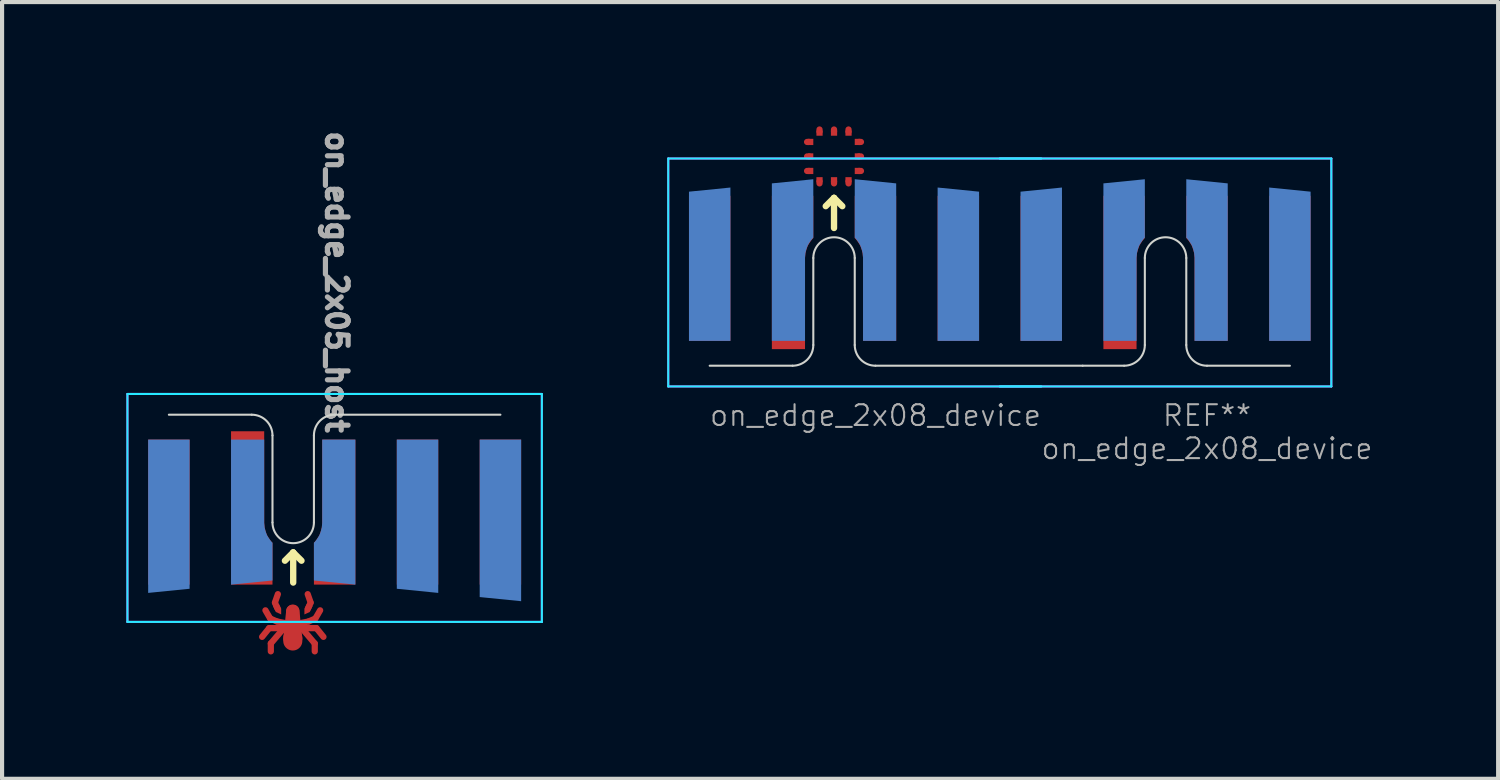
<source format=kicad_pcb>
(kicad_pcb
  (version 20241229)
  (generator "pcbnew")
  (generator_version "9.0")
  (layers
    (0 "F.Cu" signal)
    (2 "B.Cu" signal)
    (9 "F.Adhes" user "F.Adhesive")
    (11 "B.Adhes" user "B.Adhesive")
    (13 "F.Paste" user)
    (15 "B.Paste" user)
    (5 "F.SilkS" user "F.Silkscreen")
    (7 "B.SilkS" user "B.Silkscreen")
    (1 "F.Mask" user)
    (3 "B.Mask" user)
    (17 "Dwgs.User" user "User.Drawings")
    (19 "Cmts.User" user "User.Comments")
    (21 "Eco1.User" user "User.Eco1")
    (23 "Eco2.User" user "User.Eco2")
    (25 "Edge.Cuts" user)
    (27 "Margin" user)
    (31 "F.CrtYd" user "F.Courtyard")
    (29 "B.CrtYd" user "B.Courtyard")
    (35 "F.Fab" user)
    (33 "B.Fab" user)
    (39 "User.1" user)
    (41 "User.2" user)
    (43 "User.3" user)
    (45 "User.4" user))
  (footprint "on_edge_2x08_device"
    (layer "F.Cu")
    (at 18.075 5.775)
    (property "Reference" "on_edge_2x08_device" (at 0 1.2 0) (unlocked yes) (layer "F.Fab") (effects (font (size 0.5 0.5) (thickness 0.05))))
    (attr exclude_from_pos_files exclude_from_bom)
    (fp_line (start -1.6 -5.4) (end -1.65 -5.4) (stroke (width 0.15) (type solid)) (layer "F.Cu"))
    (fp_line (start -1.6 -5.05) (end -1.65 -5.05) (stroke (width 0.15) (type solid)) (layer "F.Cu"))
    (fp_line (start -1.6 -4.7) (end -1.65 -4.7) (stroke (width 0.15) (type solid)) (layer "F.Cu"))
    (fp_line (start -1.35 -5.65) (end -1.35 -5.7) (stroke (width 0.15) (type solid)) (layer "F.Cu"))
    (fp_line (start -1.35 -4.45) (end -1.35 -4.4) (stroke (width 0.15) (type solid)) (layer "F.Cu"))
    (fp_line (start -1 -5.65) (end -1 -5.7) (stroke (width 0.15) (type solid)) (layer "F.Cu"))
    (fp_line (start -1 -4.45) (end -1 -4.4) (stroke (width 0.15) (type solid)) (layer "F.Cu"))
    (fp_line (start -0.65 -5.65) (end -0.65 -5.7) (stroke (width 0.15) (type solid)) (layer "F.Cu"))
    (fp_line (start -0.65 -4.45) (end -0.65 -4.4) (stroke (width 0.15) (type solid)) (layer "F.Cu"))
    (fp_line (start -0.4 -5.4) (end -0.35 -5.4) (stroke (width 0.15) (type solid)) (layer "F.Cu"))
    (fp_line (start -0.4 -5.05) (end -0.35 -5.05) (stroke (width 0.15) (type solid)) (layer "F.Cu"))
    (fp_line (start -0.4 -4.7) (end -0.35 -4.7) (stroke (width 0.15) (type solid)) (layer "F.Cu"))
    (fp_poly (pts (xy -1.5 -5.475) (xy -1.5 -5.325) (xy -1.625 -5.325) (xy -1.625 -5.475)) (stroke (width 0) (type solid)) (fill yes) (layer "F.Cu"))
    (fp_poly (pts (xy -1.5 -5.125) (xy -1.5 -4.975) (xy -1.625 -4.975) (xy -1.625 -5.125)) (stroke (width 0) (type solid)) (fill yes) (layer "F.Cu"))
    (fp_poly (pts (xy -1.5 -4.775) (xy -1.5 -4.625) (xy -1.625 -4.625) (xy -1.625 -4.775)) (stroke (width 0) (type solid)) (fill yes) (layer "F.Cu"))
    (fp_poly (pts (xy -1.425 -4.55) (xy -1.275 -4.55) (xy -1.275 -4.425) (xy -1.425 -4.425)) (stroke (width 0) (type solid)) (fill yes) (layer "F.Cu"))
    (fp_poly (pts (xy -1.275 -5.55) (xy -1.425 -5.55) (xy -1.425 -5.675) (xy -1.275 -5.675)) (stroke (width 0) (type solid)) (fill yes) (layer "F.Cu"))
    (fp_poly (pts (xy -1.075 -4.55) (xy -0.925 -4.55) (xy -0.925 -4.425) (xy -1.075 -4.425)) (stroke (width 0) (type solid)) (fill yes) (layer "F.Cu"))
    (fp_poly (pts (xy -0.925 -5.55) (xy -1.075 -5.55) (xy -1.075 -5.675) (xy -0.925 -5.675)) (stroke (width 0) (type solid)) (fill yes) (layer "F.Cu"))
    (fp_poly (pts (xy -0.725 -4.55) (xy -0.575 -4.55) (xy -0.575 -4.425) (xy -0.725 -4.425)) (stroke (width 0) (type solid)) (fill yes) (layer "F.Cu"))
    (fp_poly (pts (xy -0.575 -5.55) (xy -0.725 -5.55) (xy -0.725 -5.675) (xy -0.575 -5.675)) (stroke (width 0) (type solid)) (fill yes) (layer "F.Cu"))
    (fp_poly (pts (xy -0.5 -5.325) (xy -0.5 -5.475) (xy -0.375 -5.475) (xy -0.375 -5.325)) (stroke (width 0) (type solid)) (fill yes) (layer "F.Cu"))
    (fp_poly (pts (xy -0.5 -4.975) (xy -0.5 -5.125) (xy -0.375 -5.125) (xy -0.375 -4.975)) (stroke (width 0) (type solid)) (fill yes) (layer "F.Cu"))
    (fp_poly (pts (xy -0.5 -4.625) (xy -0.5 -4.775) (xy -0.375 -4.775) (xy -0.375 -4.625)) (stroke (width 0) (type solid)) (fill yes) (layer "F.Cu"))
    (fp_line (start -1.5 -5.4) (end -1.65 -5.4) (stroke (width 0.15) (type solid)) (layer "F.Mask"))
    (fp_line (start -1.5 -5.05) (end -1.65 -5.05) (stroke (width 0.15) (type solid)) (layer "F.Mask"))
    (fp_line (start -1.5 -4.7) (end -1.65 -4.7) (stroke (width 0.15) (type solid)) (layer "F.Mask"))
    (fp_line (start -1.35 -5.55) (end -1.35 -5.7) (stroke (width 0.15) (type solid)) (layer "F.Mask"))
    (fp_line (start -1.35 -4.55) (end -1.35 -4.4) (stroke (width 0.15) (type solid)) (layer "F.Mask"))
    (fp_line (start -1 -5.55) (end -1 -5.7) (stroke (width 0.15) (type solid)) (layer "F.Mask"))
    (fp_line (start -1 -4.55) (end -1 -4.4) (stroke (width 0.15) (type solid)) (layer "F.Mask"))
    (fp_line (start -0.65 -5.55) (end -0.65 -5.7) (stroke (width 0.15) (type solid)) (layer "F.Mask"))
    (fp_line (start -0.65 -4.55) (end -0.65 -4.4) (stroke (width 0.15) (type solid)) (layer "F.Mask"))
    (fp_line (start -0.5 -5.4) (end -0.35 -5.4) (stroke (width 0.15) (type solid)) (layer "F.Mask"))
    (fp_line (start -0.5 -5.05) (end -0.35 -5.05) (stroke (width 0.15) (type solid)) (layer "F.Mask"))
    (fp_line (start -0.5 -4.7) (end -0.35 -4.7) (stroke (width 0.15) (type solid)) (layer "F.Mask"))
    (fp_poly (pts (xy -0.55 -4.6) (xy -1.45 -4.6) (xy -1.45 -5.5) (xy -0.55 -5.5)) (stroke (width 0.1) (type solid)) (fill yes) (layer "F.Mask"))
    (fp_line (start -1.2 -3.85) (end -1 -4.05) (stroke (width 0.153) (type solid)) (layer "F.SilkS"))
    (fp_line (start -1 -4.05) (end -1 -3.323) (stroke (width 0.153) (type solid)) (layer "F.SilkS"))
    (fp_line (start -1 -4.05) (end -0.8 -3.85) (stroke (width 0.153) (type solid)) (layer "F.SilkS"))
    (fp_line (start -4 0) (end -2 0) (stroke (width 0.05) (type solid)) (layer "Edge.Cuts"))
    (fp_line (start -1.5 -2.6) (end -1.5 -0.5) (stroke (width 0.05) (type solid)) (layer "Edge.Cuts"))
    (fp_line (start -0.5 -0.5) (end -0.5 -2.6) (stroke (width 0.05) (type solid)) (layer "Edge.Cuts"))
    (fp_line (start 0 0) (end 5 0) (stroke (width 0.05) (type solid)) (layer "Edge.Cuts"))
    (fp_line (start 5 0) (end 6 0) (stroke (width 0.05) (type solid)) (layer "Edge.Cuts"))
    (fp_line (start 6.5 -2.6) (end 6.5 -0.5) (stroke (width 0.05) (type solid)) (layer "Edge.Cuts"))
    (fp_line (start 7.5 -0.5) (end 7.5 -2.6) (stroke (width 0.05) (type solid)) (layer "Edge.Cuts"))
    (fp_line (start 8 0) (end 10 0) (stroke (width 0.05) (type solid)) (layer "Edge.Cuts"))
    (fp_arc (start -1.5 -2.6) (mid -1 -3.1) (end -0.5 -2.6) (stroke (width 0.05) (type solid)) (layer "Edge.Cuts"))
    (fp_arc (start -1.5 -0.5) (mid -1.646447 -0.146447) (end -2 0) (stroke (width 0.05) (type solid)) (layer "Edge.Cuts"))
    (fp_arc (start 0 0) (mid -0.353553 -0.146447) (end -0.5 -0.5) (stroke (width 0.05) (type solid)) (layer "Edge.Cuts"))
    (fp_arc (start 6.5 -2.6) (mid 7 -3.1) (end 7.5 -2.6) (stroke (width 0.05) (type solid)) (layer "Edge.Cuts"))
    (fp_arc (start 6.5 -0.5) (mid 6.353553 -0.146447) (end 6 0) (stroke (width 0.05) (type solid)) (layer "Edge.Cuts"))
    (fp_arc (start 8 0) (mid 7.646447 -0.146447) (end 7.5 -0.5) (stroke (width 0.05) (type solid)) (layer "Edge.Cuts"))
    (fp_line (start -5 -5) (end -5 0.5) (stroke (width 0.05) (type solid)) (layer "B.CrtYd"))
    (fp_line (start -5 0.5) (end 4 0.5) (stroke (width 0.05) (type solid)) (layer "B.CrtYd"))
    (fp_line (start 3 0.5) (end 11 0.5) (stroke (width 0.05) (type solid)) (layer "B.CrtYd"))
    (fp_line (start 4 -5) (end -5 -5) (stroke (width 0.05) (type solid)) (layer "B.CrtYd"))
    (fp_line (start 11 -5) (end 3 -5) (stroke (width 0.05) (type solid)) (layer "B.CrtYd"))
    (fp_line (start 11 0.5) (end 11 -5) (stroke (width 0.05) (type solid)) (layer "B.CrtYd"))
    (fp_line (start -5 -5) (end 4 -5) (stroke (width 0.05) (type solid)) (layer "F.CrtYd"))
    (fp_line (start -5 0.5) (end -5 -5) (stroke (width 0.05) (type solid)) (layer "F.CrtYd"))
    (fp_line (start 3 -5) (end 11 -5) (stroke (width 0.05) (type solid)) (layer "F.CrtYd"))
    (fp_line (start 4 0.5) (end -5 0.5) (stroke (width 0.05) (type solid)) (layer "F.CrtYd"))
    (fp_line (start 11 -5) (end 11 0.5) (stroke (width 0.05) (type solid)) (layer "F.CrtYd"))
    (fp_line (start 11 0.5) (end 3 0.5) (stroke (width 0.05) (type solid)) (layer "F.CrtYd"))
    (fp_text user "on_edge_2x08_device" (at 8 2 0) (unlocked yes) (layer "F.Fab") (effects (font (size 0.5 0.5) (thickness 0.05))))
    (fp_text user "REF**" (at 8 1.2 0) (unlocked yes) (layer "F.Fab") (effects (font (size 0.5 0.5) (thickness 0.05))))
    (pad "1" smd custom (at -2 -3.6) (size 1 1) (layers "F.Cu" "F.Mask") (options (anchor rect)) (primitives (gr_poly (pts (xy 0.3 1) (xy 0.31 0.89) (xy 0.33 0.81) (xy 0.35 0.75) (xy 0.37 0.7) (xy 0.4 0.65) (xy 0.44 0.59) (xy 0.48 0.54) (xy 0.5 0.52) (xy 0.5 -0.5) (xy -0.5 -0.5) (xy -0.5 3.2) (xy 0.3 3.2)) (width 0) (fill yes))))
    (pad "2" smd custom (at 0 -3.6) (size 1 1) (layers "F.Cu" "F.Mask") (options (anchor rect)) (primitives (gr_poly (pts (xy -0.3 1) (xy -0.31 0.89) (xy -0.33 0.81) (xy -0.35 0.75) (xy -0.37 0.7) (xy -0.4 0.65) (xy -0.44 0.59) (xy -0.48 0.54) (xy -0.5 0.52) (xy -0.5 -0.5) (xy 0.5 -0.5) (xy 0.5 3) (xy -0.3 3)) (width 0) (fill yes))))
    (pad "3" smd custom (at -2 -2.1) (size 0.4 0.4) (layers "B.Cu" "B.Mask") (options (anchor rect)) (primitives (gr_poly (pts (xy 0.3 -0.51) (xy 0.31 -0.62) (xy 0.33 -0.7) (xy 0.35 -0.76) (xy 0.37 -0.81) (xy 0.4 -0.86) (xy 0.44 -0.92) (xy 0.48 -0.97) (xy 0.5 -0.99) (xy 0.5 -2.4) (xy -0.5 -2.3) (xy -0.5 1.5) (xy 0.3 1.5)) (width 0) (fill yes))))
    (pad "4" smd custom (at 0 -2.1) (size 0.4 0.4) (layers "B.Cu" "B.Mask") (options (anchor rect)) (primitives (gr_poly (pts (xy -0.3 -0.51) (xy -0.31 -0.62) (xy -0.33 -0.7) (xy -0.35 -0.76) (xy -0.37 -0.81) (xy -0.4 -0.86) (xy -0.44 -0.92) (xy -0.48 -0.97) (xy -0.5 -0.99) (xy -0.5 -2.4) (xy 0.5 -2.3) (xy 0.5 1.5) (xy -0.3 1.5)) (width 0) (fill yes))))
    (pad "5" smd rect (at 2 -2.35 180) (size 1 3.5) (layers "F.Cu" "F.Mask"))
    (pad "5" smd rect (at 10 -2.35 180) (size 1 3.5) (layers "F.Cu" "F.Mask"))
    (pad "6" smd custom (at 2 -2.4) (size 1 3.6) (layers "B.Cu" "B.Mask") (options (anchor rect)) (primitives (gr_poly (pts (xy -0.5 -1.8) (xy -0.5 -1.9) (xy 0.5 -1.8)) (width 0) (fill yes))))
    (pad "7" smd rect (at -4 -2.35 180) (size 1 3.5) (layers "F.Cu" "F.Mask"))
    (pad "8" smd custom (at -4 -2.4) (size 1 3.6) (layers "B.Cu" "B.Mask") (options (anchor rect)) (primitives (gr_poly (pts (xy 0.5 -1.8) (xy 0.5 -1.9) (xy -0.5 -1.8)) (width 0) (fill yes))))
    (pad "9" smd custom (at 6 -3.6) (size 1 1) (layers "F.Cu" "F.Mask") (options (anchor rect)) (primitives (gr_poly (pts (xy 0.3 1) (xy 0.31 0.89) (xy 0.33 0.81) (xy 0.35 0.75) (xy 0.37 0.7) (xy 0.4 0.65) (xy 0.44 0.59) (xy 0.48 0.54) (xy 0.5 0.52) (xy 0.5 -0.5) (xy -0.5 -0.5) (xy -0.5 3.2) (xy 0.3 3.2)) (width 0) (fill yes))))
    (pad "10" smd custom (at 8 -3.6) (size 1 1) (layers "F.Cu" "F.Mask") (options (anchor rect)) (primitives (gr_poly (pts (xy -0.3 1) (xy -0.31 0.89) (xy -0.33 0.81) (xy -0.35 0.75) (xy -0.37 0.7) (xy -0.4 0.65) (xy -0.44 0.59) (xy -0.48 0.54) (xy -0.5 0.52) (xy -0.5 -0.5) (xy 0.5 -0.5) (xy 0.5 3) (xy -0.3 3)) (width 0) (fill yes))))
    (pad "11" smd custom (at 6 -2.1) (size 0.4 0.4) (layers "B.Cu" "B.Mask") (options (anchor rect)) (primitives (gr_poly (pts (xy 0.3 -0.51) (xy 0.31 -0.62) (xy 0.33 -0.7) (xy 0.35 -0.76) (xy 0.37 -0.81) (xy 0.4 -0.86) (xy 0.44 -0.92) (xy 0.48 -0.97) (xy 0.5 -0.99) (xy 0.5 -2.4) (xy -0.5 -2.3) (xy -0.5 1.5) (xy 0.3 1.5)) (width 0) (fill yes))))
    (pad "12" smd custom (at 8 -2.1) (size 0.4 0.4) (layers "B.Cu" "B.Mask") (options (anchor rect)) (primitives (gr_poly (pts (xy -0.3 -0.51) (xy -0.31 -0.62) (xy -0.33 -0.7) (xy -0.35 -0.76) (xy -0.37 -0.81) (xy -0.4 -0.86) (xy -0.44 -0.92) (xy -0.48 -0.97) (xy -0.5 -0.99) (xy -0.5 -2.4) (xy 0.5 -2.3) (xy 0.5 1.5) (xy -0.3 1.5)) (width 0) (fill yes))))
    (pad "14" smd custom (at 10 -2.4) (size 1 3.6) (layers "B.Cu" "B.Mask") (options (anchor rect)) (primitives (gr_poly (pts (xy -0.5 -1.8) (xy -0.5 -1.9) (xy 0.5 -1.8)) (width 0) (fill yes))))
    (pad "15" smd rect (at 4 -2.35 180) (size 1 3.5) (layers "F.Cu" "F.Mask"))
    (pad "16" smd custom (at 4 -2.4) (size 1 3.6) (layers "B.Cu" "B.Mask") (options (anchor rect)) (primitives (gr_poly (pts (xy 0.5 -1.8) (xy 0.5 -1.9) (xy -0.5 -1.8)) (width 0) (fill yes)))))
  (footprint "on_edge_2x05_host"
    (layer "F.Cu")
    (at 5.025 6.957)
    (property "Reference" "on_edge_2x05_host" (at 0.05 -3.2 270) (unlocked yes) (layer "F.Fab") (effects (font (size 0.5 0.5) (thickness 0.125))))
    (attr exclude_from_pos_files exclude_from_bom)
    (fp_line (start -1.75 5.36) (end -1.58 5.15) (stroke (width 0.15) (type solid)) (layer "F.Cu"))
    (fp_line (start -1.67 4.72) (end -1.56 4.91) (stroke (width 0.15) (type solid)) (layer "F.Cu"))
    (fp_line (start -1.54 5.71) (end -1.54 5.52) (stroke (width 0.15) (type solid)) (layer "F.Cu"))
    (fp_line (start -1.44 4.54) (end -1.38 4.67) (stroke (width 0.15) (type solid)) (layer "F.Cu"))
    (fp_line (start -1.39 4.99) (end -1.55 4.92) (stroke (width 0.15) (type solid)) (layer "F.Cu"))
    (fp_line (start -1.39 4.99) (end -1.13 5.04) (stroke (width 0.15) (type solid)) (layer "F.Cu"))
    (fp_line (start -1.37 4.33) (end -1.44 4.53) (stroke (width 0.15) (type solid)) (layer "F.Cu"))
    (fp_line (start -1.26 5.19) (end -1.54 5.52) (stroke (width 0.15) (type solid)) (layer "F.Cu"))
    (fp_line (start -1.21 5.15) (end -1.58 5.15) (stroke (width 0.15) (type solid)) (layer "F.Cu"))
    (fp_line (start -1.09 5.4) (end -1.02 4.74) (stroke (width 0.3) (type solid)) (layer "F.Cu"))
    (fp_line (start -1.01 5.46) (end -1.01 5.39) (stroke (width 0.46) (type solid)) (layer "F.Cu"))
    (fp_line (start -1.01 5.51) (end -1.01 4.74) (stroke (width 0.32) (type solid)) (layer "F.Cu"))
    (fp_line (start -0.93 5.4) (end -1 4.74) (stroke (width 0.3) (type solid)) (layer "F.Cu"))
    (fp_line (start -0.81 5.15) (end -0.44 5.15) (stroke (width 0.15) (type solid)) (layer "F.Cu"))
    (fp_line (start -0.76 5.19) (end -0.48 5.52) (stroke (width 0.15) (type solid)) (layer "F.Cu"))
    (fp_line (start -0.65 4.33) (end -0.58 4.53) (stroke (width 0.15) (type solid)) (layer "F.Cu"))
    (fp_line (start -0.63 4.99) (end -0.89 5.04) (stroke (width 0.15) (type solid)) (layer "F.Cu"))
    (fp_line (start -0.63 4.99) (end -0.47 4.92) (stroke (width 0.15) (type solid)) (layer "F.Cu"))
    (fp_line (start -0.58 4.54) (end -0.64 4.67) (stroke (width 0.15) (type solid)) (layer "F.Cu"))
    (fp_line (start -0.48 5.71) (end -0.48 5.52) (stroke (width 0.15) (type solid)) (layer "F.Cu"))
    (fp_line (start -0.35 4.72) (end -0.46 4.91) (stroke (width 0.15) (type solid)) (layer "F.Cu"))
    (fp_line (start -0.27 5.36) (end -0.44 5.15) (stroke (width 0.15) (type solid)) (layer "F.Cu"))
    (fp_poly (pts (xy -1.35 4.56) (xy -1.29 4.68) (xy -1.29 4.82) (xy -1.42 4.76) (xy -1.49 4.61) (xy -1.4 4.64)) (stroke (width 0.001) (type solid)) (fill yes) (layer "F.Cu"))
    (fp_poly (pts (xy -0.67 4.56) (xy -0.73 4.68) (xy -0.73 4.82) (xy -0.6 4.76) (xy -0.53 4.61) (xy -0.62 4.64)) (stroke (width 0.001) (type solid)) (fill yes) (layer "F.Cu"))
    (fp_line (start -1.75 5.36) (end -1.58 5.15) (stroke (width 0.15) (type solid)) (layer "F.Mask"))
    (fp_line (start -1.67 4.72) (end -1.56 4.91) (stroke (width 0.15) (type solid)) (layer "F.Mask"))
    (fp_line (start -1.54 5.71) (end -1.54 5.52) (stroke (width 0.15) (type solid)) (layer "F.Mask"))
    (fp_line (start -1.44 4.54) (end -1.38 4.67) (stroke (width 0.15) (type solid)) (layer "F.Mask"))
    (fp_line (start -1.39 4.99) (end -1.55 4.92) (stroke (width 0.15) (type solid)) (layer "F.Mask"))
    (fp_line (start -1.39 4.99) (end -1.13 5.04) (stroke (width 0.15) (type solid)) (layer "F.Mask"))
    (fp_line (start -1.37 4.33) (end -1.44 4.53) (stroke (width 0.15) (type solid)) (layer "F.Mask"))
    (fp_line (start -1.26 5.19) (end -1.54 5.52) (stroke (width 0.15) (type solid)) (layer "F.Mask"))
    (fp_line (start -1.21 5.15) (end -1.58 5.15) (stroke (width 0.15) (type solid)) (layer "F.Mask"))
    (fp_line (start -1.09 5.4) (end -1.02 4.74) (stroke (width 0.3) (type solid)) (layer "F.Mask"))
    (fp_line (start -1.01 5.46) (end -1.01 5.39) (stroke (width 0.46) (type solid)) (layer "F.Mask"))
    (fp_line (start -1.01 5.51) (end -1.01 4.74) (stroke (width 0.32) (type solid)) (layer "F.Mask"))
    (fp_line (start -0.93 5.4) (end -1 4.74) (stroke (width 0.3) (type solid)) (layer "F.Mask"))
    (fp_line (start -0.81 5.15) (end -0.44 5.15) (stroke (width 0.15) (type solid)) (layer "F.Mask"))
    (fp_line (start -0.76 5.19) (end -0.48 5.52) (stroke (width 0.15) (type solid)) (layer "F.Mask"))
    (fp_line (start -0.65 4.33) (end -0.58 4.53) (stroke (width 0.15) (type solid)) (layer "F.Mask"))
    (fp_line (start -0.63 4.99) (end -0.89 5.04) (stroke (width 0.15) (type solid)) (layer "F.Mask"))
    (fp_line (start -0.63 4.99) (end -0.47 4.92) (stroke (width 0.15) (type solid)) (layer "F.Mask"))
    (fp_line (start -0.58 4.54) (end -0.64 4.67) (stroke (width 0.15) (type solid)) (layer "F.Mask"))
    (fp_line (start -0.48 5.71) (end -0.48 5.52) (stroke (width 0.15) (type solid)) (layer "F.Mask"))
    (fp_line (start -0.35 4.72) (end -0.46 4.91) (stroke (width 0.15) (type solid)) (layer "F.Mask"))
    (fp_line (start -0.27 5.36) (end -0.44 5.15) (stroke (width 0.15) (type solid)) (layer "F.Mask"))
    (fp_poly (pts (xy -1.35 4.56) (xy -1.29 4.68) (xy -1.29 4.82) (xy -1.42 4.76) (xy -1.49 4.61) (xy -1.4 4.64)) (stroke (width 0.001) (type solid)) (fill yes) (layer "F.Mask"))
    (fp_poly (pts (xy -0.67 4.56) (xy -0.73 4.68) (xy -0.73 4.82) (xy -0.6 4.76) (xy -0.53 4.61) (xy -0.62 4.64)) (stroke (width 0.001) (type solid)) (fill yes) (layer "F.Mask"))
    (fp_line (start -1 3.323) (end -1.2 3.523) (stroke (width 0.153) (type solid)) (layer "F.SilkS"))
    (fp_line (start -1 4.05) (end -1 3.323) (stroke (width 0.153) (type solid)) (layer "F.SilkS"))
    (fp_line (start -0.8 3.523) (end -1 3.323) (stroke (width 0.153) (type solid)) (layer "F.SilkS"))
    (fp_line (start -4 0) (end -2 0) (stroke (width 0.05) (type solid)) (layer "Edge.Cuts"))
    (fp_line (start -1.5 0.5) (end -1.5 2.6) (stroke (width 0.05) (type solid)) (layer "Edge.Cuts"))
    (fp_line (start -0.5 2.6) (end -0.5 0.5) (stroke (width 0.05) (type solid)) (layer "Edge.Cuts"))
    (fp_line (start 0 0) (end 4 0) (stroke (width 0.05) (type solid)) (layer "Edge.Cuts"))
    (fp_arc (start -2 0) (mid -1.646447 0.146447) (end -1.5 0.5) (stroke (width 0.05) (type solid)) (layer "Edge.Cuts"))
    (fp_arc (start -0.5 0.5) (mid -0.353553 0.146447) (end 0 0) (stroke (width 0.05) (type solid)) (layer "Edge.Cuts"))
    (fp_arc (start -0.5 2.6) (mid -1 3.1) (end -1.5 2.6) (stroke (width 0.05) (type solid)) (layer "Edge.Cuts"))
    (fp_line (start -5 -0.5) (end 5 -0.5) (stroke (width 0.05) (type solid)) (layer "B.CrtYd"))
    (fp_line (start -5 5) (end -5 -0.5) (stroke (width 0.05) (type solid)) (layer "B.CrtYd"))
    (fp_line (start 5 -0.5) (end 5 5) (stroke (width 0.05) (type solid)) (layer "B.CrtYd"))
    (fp_line (start 5 5) (end -5 5) (stroke (width 0.05) (type solid)) (layer "B.CrtYd"))
    (fp_line (start -5 -0.5) (end -5 5) (stroke (width 0.05) (type solid)) (layer "F.CrtYd"))
    (fp_line (start -5 5) (end 5 5) (stroke (width 0.05) (type solid)) (layer "F.CrtYd"))
    (fp_line (start 5 -0.5) (end -5 -0.5) (stroke (width 0.05) (type solid)) (layer "F.CrtYd"))
    (fp_line (start 5 5) (end 5 -0.5) (stroke (width 0.05) (type solid)) (layer "F.CrtYd"))
    (pad "1" smd custom (at -2 3.6) (size 1 1) (layers "F.Cu" "F.Mask") (options (anchor rect)) (primitives (gr_poly (pts (xy 0.3 -0.99) (xy 0.31 -0.88) (xy 0.33 -0.8) (xy 0.35 -0.74) (xy 0.37 -0.69) (xy 0.4 -0.64) (xy 0.44 -0.58) (xy 0.48 -0.53) (xy 0.5 -0.51) (xy 0.5 0.5) (xy -0.5 0.5) (xy -0.5 -3.2) (xy 0.3 -3.2)) (width 0) (fill yes))))
    (pad "2" smd custom (at 0 3.6) (size 1 1) (layers "F.Cu" "F.Mask") (options (anchor rect)) (primitives (gr_poly (pts (xy -0.3 -0.99) (xy -0.31 -0.88) (xy -0.33 -0.8) (xy -0.35 -0.74) (xy -0.37 -0.69) (xy -0.4 -0.64) (xy -0.44 -0.58) (xy -0.48 -0.53) (xy -0.5 -0.51) (xy -0.5 0.5) (xy 0.5 0.5) (xy 0.5 -3) (xy -0.3 -3)) (width 0) (fill yes))))
    (pad "3" smd custom (at -2 2.1 180) (size 0.4 0.4) (layers "B.Cu" "B.Mask") (options (anchor rect)) (primitives (gr_poly (pts (xy -0.3 -0.51) (xy -0.31 -0.62) (xy -0.33 -0.7) (xy -0.35 -0.76) (xy -0.37 -0.81) (xy -0.4 -0.86) (xy -0.44 -0.92) (xy -0.48 -0.97) (xy -0.5 -0.99) (xy -0.5 -1.9) (xy 0.5 -2) (xy 0.5 1.5) (xy -0.3 1.5)) (width 0) (fill yes))))
    (pad "4" smd custom (at 0 2.1 180) (size 0.4 0.4) (layers "B.Cu" "B.Mask") (options (anchor rect)) (primitives (gr_poly (pts (xy 0.3 -0.51) (xy 0.31 -0.62) (xy 0.33 -0.7) (xy 0.35 -0.76) (xy 0.37 -0.81) (xy 0.4 -0.86) (xy 0.44 -0.92) (xy 0.48 -0.97) (xy 0.5 -0.99) (xy 0.5 -1.9) (xy -0.5 -2) (xy -0.5 1.5) (xy 0.3 1.5)) (width 0) (fill yes))))
    (pad "5" smd rect (at 2 2.35) (size 1 3.5) (layers "F.Cu" "F.Mask"))
    (pad "6" smd custom (at 2 2.4 180) (size 1 3.6) (layers "B.Cu" "B.Mask") (options (anchor rect)) (primitives (gr_poly (pts (xy 0.5 -1.8) (xy -0.5 -1.9) (xy -0.5 -1.8)) (width 0) (fill yes))))
    (pad "7" smd rect (at -4 2.35) (size 1 3.5) (layers "F.Cu" "F.Mask"))
    (pad "8" smd custom (at -4 2.4 180) (size 1 3.6) (layers "B.Cu" "B.Mask") (options (anchor rect)) (primitives (gr_poly (pts (xy 0.5 -1.8) (xy 0.5 -1.9) (xy -0.5 -1.8)) (width 0) (fill yes))))
    (pad "9" smd rect (at 4 2.35) (size 1 3.5) (layers "F.Cu" "F.Mask"))
    (pad "10" smd custom (at 4 2.5 180) (size 1 3.8) (layers "B.Cu" "B.Mask") (options (anchor rect)) (primitives (gr_poly (pts (xy 0.5 -1.9) (xy -0.5 -2) (xy -0.5 -1.9)) (width 0) (fill yes)))))
  (gr_rect
    (start -3 -3)
    (end 33.1 15.742)
    (stroke (width 0.1) (type default))
    (fill no)
    (layer "Edge.Cuts")))
</source>
